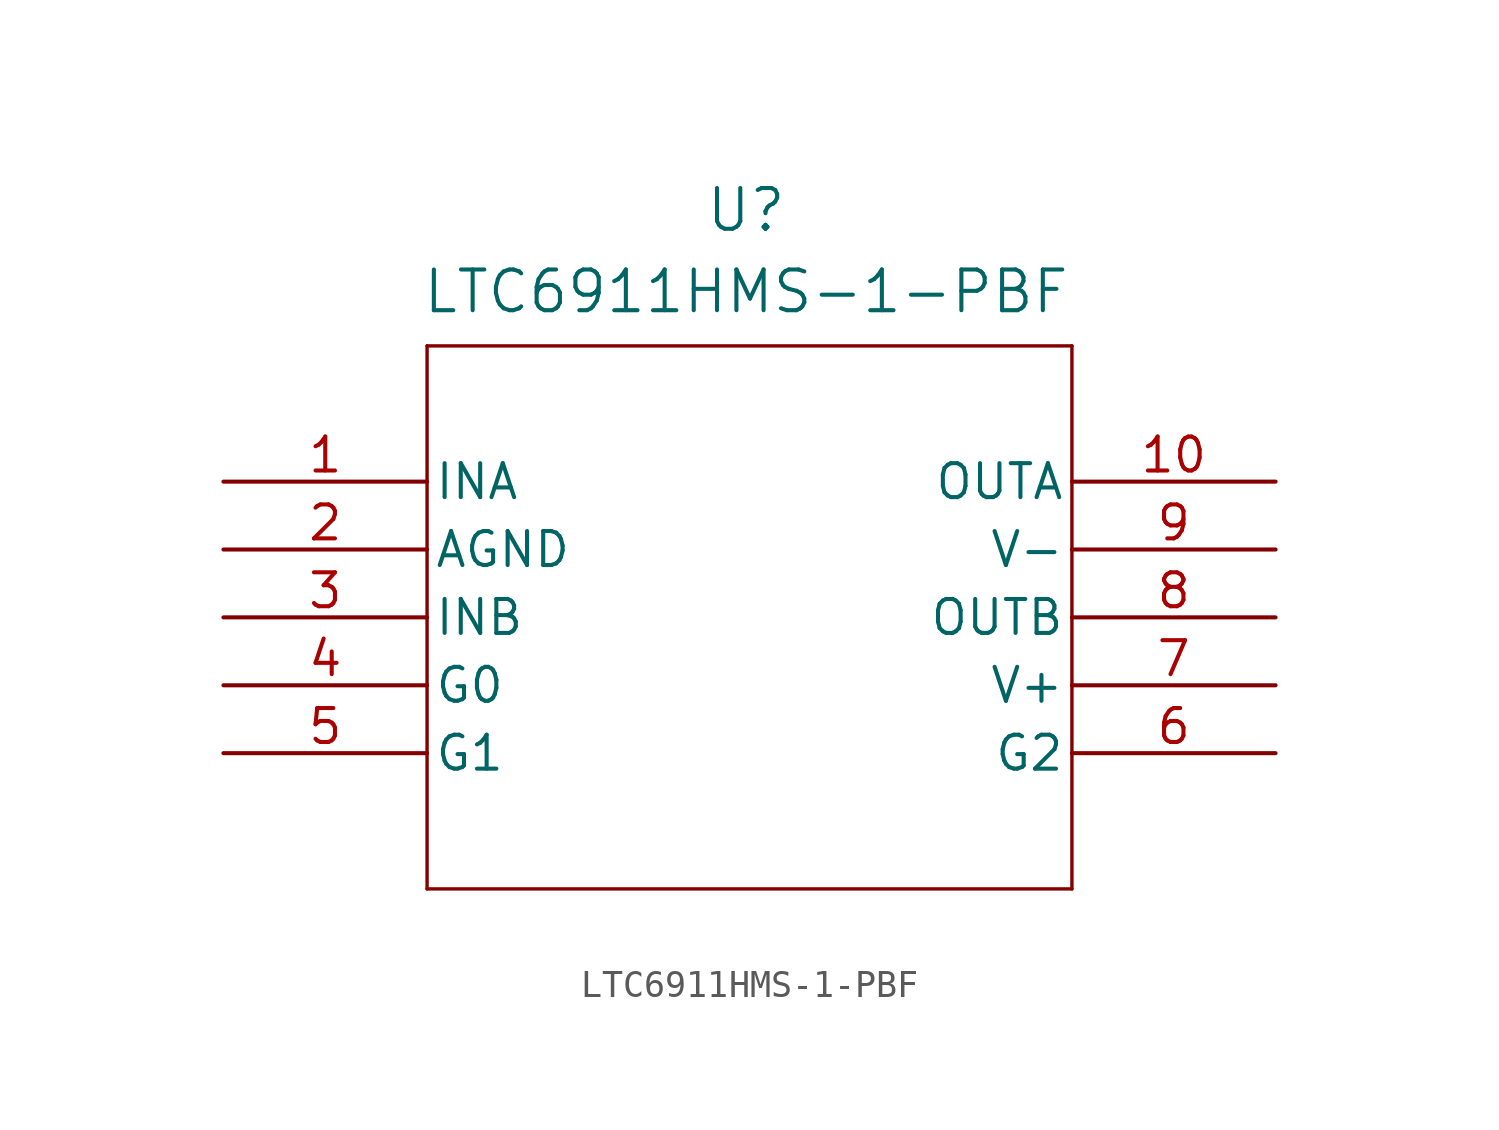
<source format=kicad_sym>
(kicad_symbol_lib
  (version 20231120)
  (generator "kicad_symbol_editor")
  (generator_version "8.0")
  (symbol "LTC6911HMS-1-PBF"
    (pin_names
      (offset 0.254))
    (property "Reference" "U"
      (at 19.558 10.16 0)
      (effects (font (size 1.524 1.524))))
    (property "Value" "LTC6911HMS-1-PBF"
      (at 19.558 7.112 0)
      (effects (font (size 1.524 1.524))))
    (property "ki_locked" ""
      (at 0 0 0)
      (effects (font (size 1.27 1.27))))
    (symbol "LTC6911HMS-1-PBF_1_1"
      (polyline (pts (xy 7.62 -15.24) (xy 31.75 -15.24)) (stroke (width 0.127) (type default)) (fill (type none)))
      (polyline (pts (xy 7.62 5.08) (xy 7.62 -15.24)) (stroke (width 0.127) (type default)) (fill (type none)))
      (polyline (pts (xy 31.75 -15.24) (xy 31.75 5.08)) (stroke (width 0.127) (type default)) (fill (type none)))
      (polyline (pts (xy 31.75 5.08) (xy 7.62 5.08)) (stroke (width 0.127) (type default)) (fill (type none)))
      (pin input line (at 0 0 0) (length 7.62) (name "INA" (effects (font (size 1.27 1.27)))) (number "1" (effects (font (size 1.27 1.27)))))
      (pin output line (at 39.37 0 180) (length 7.62) (name "OUTA" (effects (font (size 1.27 1.27)))) (number "10" (effects (font (size 1.27 1.27)))))
      (pin power_in line (at 0 -2.54 0) (length 7.62) (name "AGND" (effects (font (size 1.27 1.27)))) (number "2" (effects (font (size 1.27 1.27)))))
      (pin input line (at 0 -5.08 0) (length 7.62) (name "INB" (effects (font (size 1.27 1.27)))) (number "3" (effects (font (size 1.27 1.27)))))
      (pin input line (at 0 -7.62 0) (length 7.62) (name "G0" (effects (font (size 1.27 1.27)))) (number "4" (effects (font (size 1.27 1.27)))))
      (pin input line (at 0 -10.16 0) (length 7.62) (name "G1" (effects (font (size 1.27 1.27)))) (number "5" (effects (font (size 1.27 1.27)))))
      (pin input line (at 39.37 -10.16 180) (length 7.62) (name "G2" (effects (font (size 1.27 1.27)))) (number "6" (effects (font (size 1.27 1.27)))))
      (pin power_in line (at 39.37 -7.62 180) (length 7.62) (name "V+" (effects (font (size 1.27 1.27)))) (number "7" (effects (font (size 1.27 1.27)))))
      (pin output line (at 39.37 -5.08 180) (length 7.62) (name "OUTB" (effects (font (size 1.27 1.27)))) (number "8" (effects (font (size 1.27 1.27)))))
      (pin power_in line (at 39.37 -2.54 180) (length 7.62) (name "V-" (effects (font (size 1.27 1.27)))) (number "9" (effects (font (size 1.27 1.27))))))))
</source>
